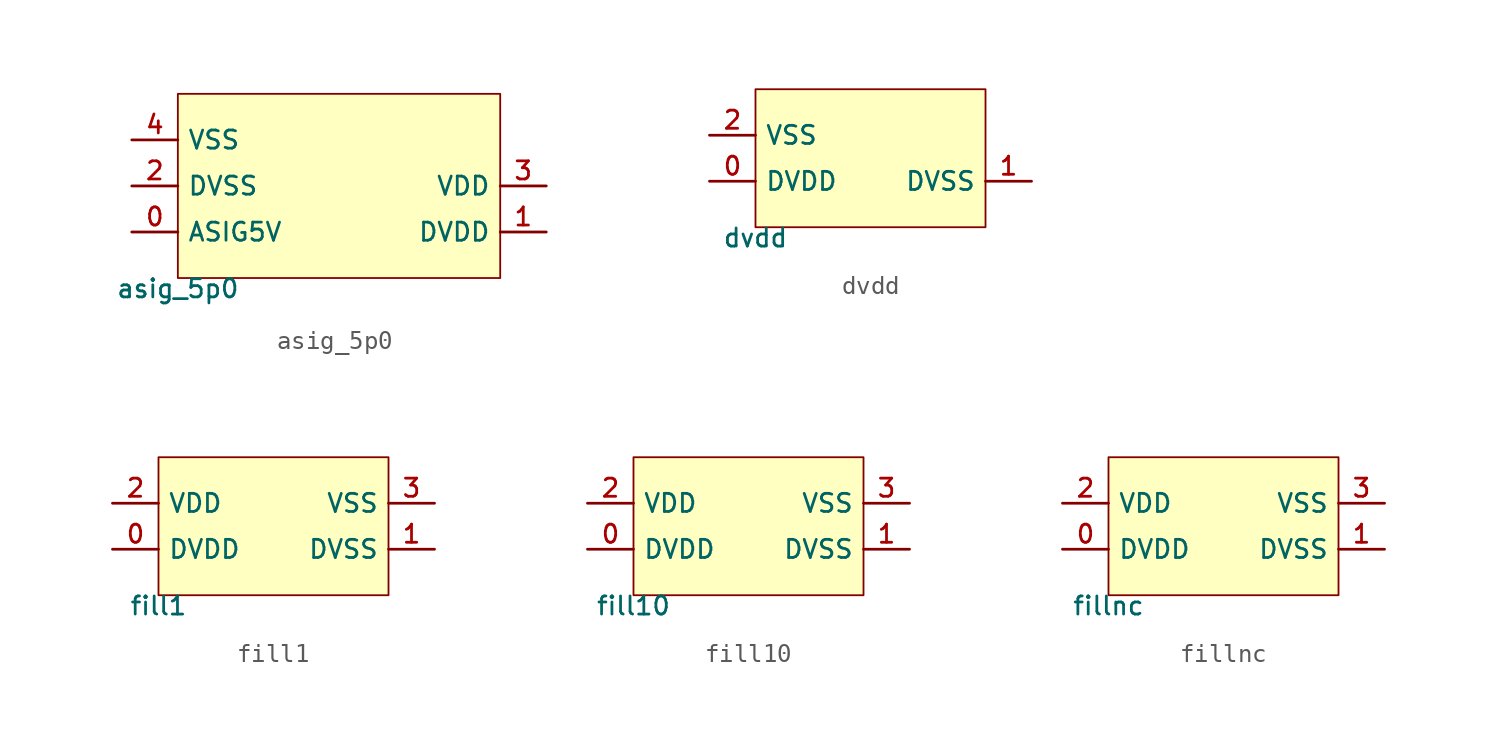
<source format=kicad_sym>
(kicad_symbol_lib
  (version 20211014)
  (generator pdk2kicad)
  (symbol "asig_5p0"
    (property "Reference" "X"
      (at 0 0 0)
      (effects (font (size 1 1)) hide))
    (property "Value" "asig_5p0"
      (at -8.89 -5.08 0)
      (effects (font (size 1 1)) (justify top)))
    (rectangle
      (start -8.89 -5.08)
      (end 8.89 5.08)
      (stroke (width 0.1) (type solid) (color 0 0 0 0))
      (fill (type background)))
    (pin bidirectional line
      (at -11.43 -2.54 0)
      (length 2.54)
      (name "ASIG5V" (effects (font (size 1 1)) hide))
      (number "0" (effects (font (size 1 1)) hide)))
    (pin bidirectional line
      (at 11.43 -2.54 180)
      (length 2.54)
      (name "DVDD" (effects (font (size 1 1)) hide))
      (number "1" (effects (font (size 1 1)) hide)))
    (pin bidirectional line
      (at -11.43 0.0 0)
      (length 2.54)
      (name "DVSS" (effects (font (size 1 1)) hide))
      (number "2" (effects (font (size 1 1)) hide)))
    (pin bidirectional line
      (at 11.43 0.0 180)
      (length 2.54)
      (name "VDD" (effects (font (size 1 1)) hide))
      (number "3" (effects (font (size 1 1)) hide)))
    (pin bidirectional line
      (at -11.43 2.54 0)
      (length 2.54)
      (name "VSS" (effects (font (size 1 1)) hide))
      (number "4" (effects (font (size 1 1)) hide))))
  (symbol "dvdd"
    (property "Reference" "X"
      (at 0 0 0)
      (effects (font (size 1 1)) hide))
    (property "Value" "dvdd"
      (at -6.35 -3.81 0)
      (effects (font (size 1 1)) (justify top)))
    (rectangle
      (start -6.35 -3.81)
      (end 6.35 3.81)
      (stroke (width 0.1) (type solid) (color 0 0 0 0))
      (fill (type background)))
    (pin bidirectional line
      (at -8.89 -1.27 0)
      (length 2.54)
      (name "DVDD" (effects (font (size 1 1)) hide))
      (number "0" (effects (font (size 1 1)) hide)))
    (pin bidirectional line
      (at 8.89 -1.27 180)
      (length 2.54)
      (name "DVSS" (effects (font (size 1 1)) hide))
      (number "1" (effects (font (size 1 1)) hide)))
    (pin bidirectional line
      (at -8.89 1.27 0)
      (length 2.54)
      (name "VSS" (effects (font (size 1 1)) hide))
      (number "2" (effects (font (size 1 1)) hide))))
  (symbol "fill1"
    (property "Reference" "X"
      (at 0 0 0)
      (effects (font (size 1 1)) hide))
    (property "Value" "fill1"
      (at -6.35 -3.81 0)
      (effects (font (size 1 1)) (justify top)))
    (rectangle
      (start -6.35 -3.81)
      (end 6.35 3.81)
      (stroke (width 0.1) (type solid) (color 0 0 0 0))
      (fill (type background)))
    (pin bidirectional line
      (at -8.89 -1.27 0)
      (length 2.54)
      (name "DVDD" (effects (font (size 1 1)) hide))
      (number "0" (effects (font (size 1 1)) hide)))
    (pin bidirectional line
      (at 8.89 -1.27 180)
      (length 2.54)
      (name "DVSS" (effects (font (size 1 1)) hide))
      (number "1" (effects (font (size 1 1)) hide)))
    (pin bidirectional line
      (at -8.89 1.27 0)
      (length 2.54)
      (name "VDD" (effects (font (size 1 1)) hide))
      (number "2" (effects (font (size 1 1)) hide)))
    (pin bidirectional line
      (at 8.89 1.27 180)
      (length 2.54)
      (name "VSS" (effects (font (size 1 1)) hide))
      (number "3" (effects (font (size 1 1)) hide))))
  (symbol "fill10"
    (property "Reference" "X"
      (at 0 0 0)
      (effects (font (size 1 1)) hide))
    (property "Value" "fill10"
      (at -6.35 -3.81 0)
      (effects (font (size 1 1)) (justify top)))
    (rectangle
      (start -6.35 -3.81)
      (end 6.35 3.81)
      (stroke (width 0.1) (type solid) (color 0 0 0 0))
      (fill (type background)))
    (pin bidirectional line
      (at -8.89 -1.27 0)
      (length 2.54)
      (name "DVDD" (effects (font (size 1 1)) hide))
      (number "0" (effects (font (size 1 1)) hide)))
    (pin bidirectional line
      (at 8.89 -1.27 180)
      (length 2.54)
      (name "DVSS" (effects (font (size 1 1)) hide))
      (number "1" (effects (font (size 1 1)) hide)))
    (pin bidirectional line
      (at -8.89 1.27 0)
      (length 2.54)
      (name "VDD" (effects (font (size 1 1)) hide))
      (number "2" (effects (font (size 1 1)) hide)))
    (pin bidirectional line
      (at 8.89 1.27 180)
      (length 2.54)
      (name "VSS" (effects (font (size 1 1)) hide))
      (number "3" (effects (font (size 1 1)) hide))))
  (symbol "fillnc"
    (property "Reference" "X"
      (at 0 0 0)
      (effects (font (size 1 1)) hide))
    (property "Value" "fillnc"
      (at -6.35 -3.81 0)
      (effects (font (size 1 1)) (justify top)))
    (rectangle
      (start -6.35 -3.81)
      (end 6.35 3.81)
      (stroke (width 0.1) (type solid) (color 0 0 0 0))
      (fill (type background)))
    (pin bidirectional line
      (at -8.89 -1.27 0)
      (length 2.54)
      (name "DVDD" (effects (font (size 1 1)) hide))
      (number "0" (effects (font (size 1 1)) hide)))
    (pin bidirectional line
      (at 8.89 -1.27 180)
      (length 2.54)
      (name "DVSS" (effects (font (size 1 1)) hide))
      (number "1" (effects (font (size 1 1)) hide)))
    (pin bidirectional line
      (at -8.89 1.27 0)
      (length 2.54)
      (name "VDD" (effects (font (size 1 1)) hide))
      (number "2" (effects (font (size 1 1)) hide)))
    (pin bidirectional line
      (at 8.89 1.27 180)
      (length 2.54)
      (name "VSS" (effects (font (size 1 1)) hide))
      (number "3" (effects (font (size 1 1)) hide)))))
</source>
